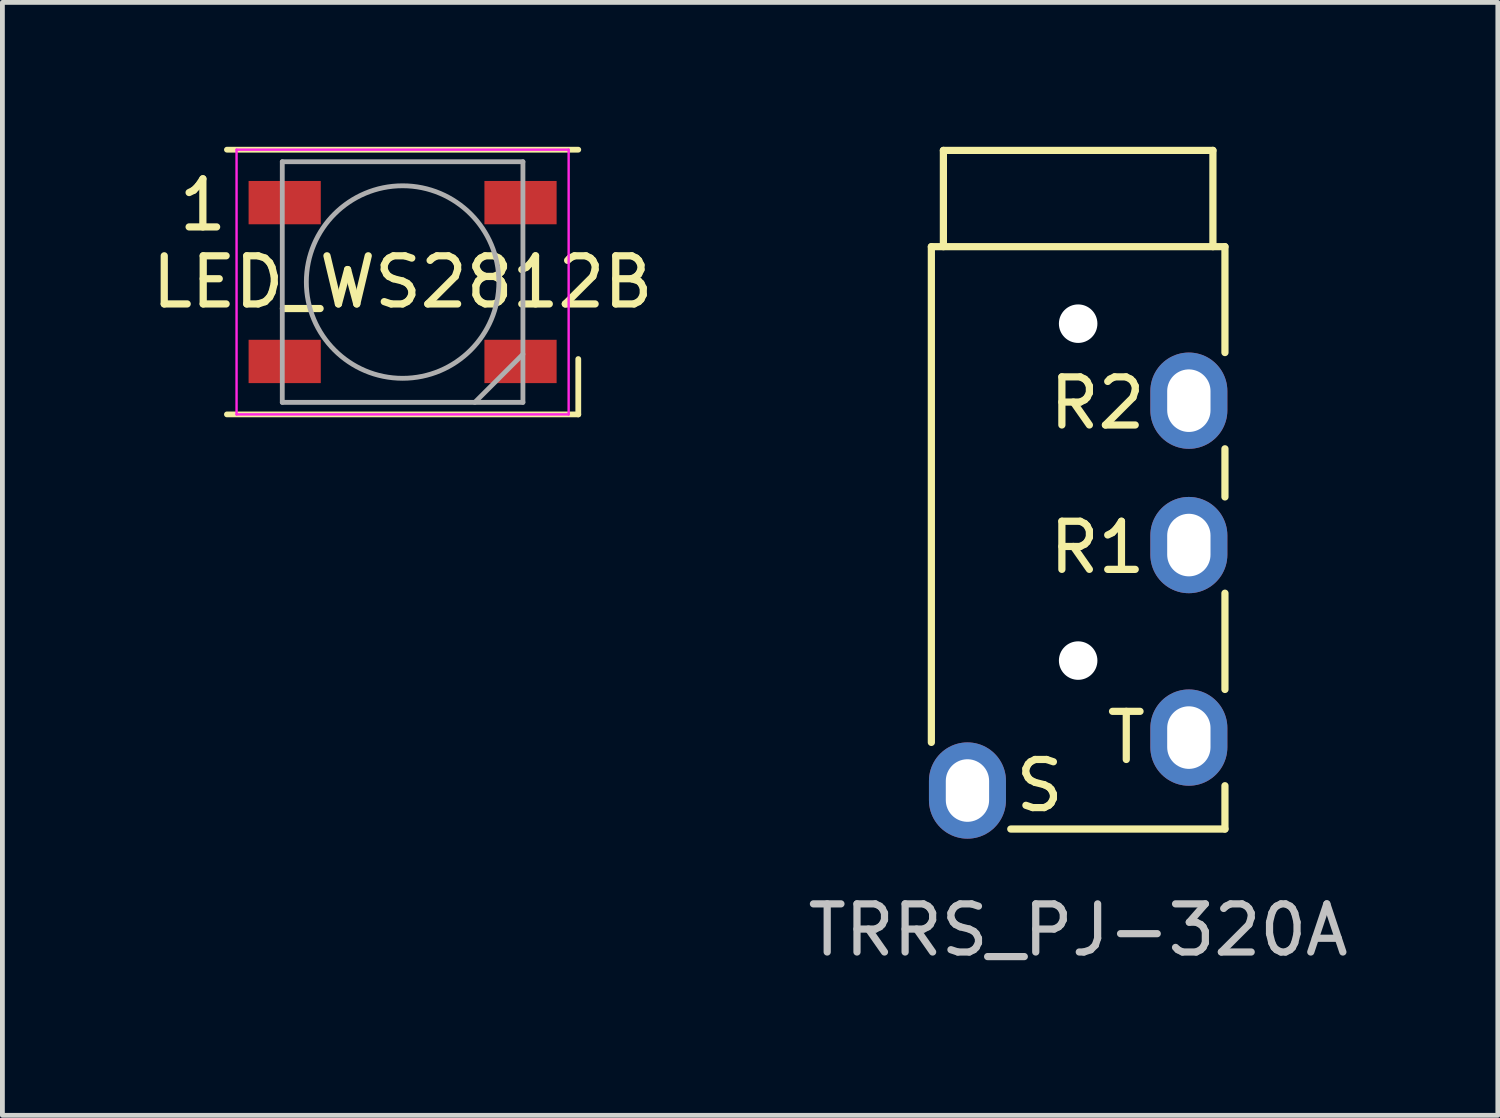
<source format=kicad_pcb>
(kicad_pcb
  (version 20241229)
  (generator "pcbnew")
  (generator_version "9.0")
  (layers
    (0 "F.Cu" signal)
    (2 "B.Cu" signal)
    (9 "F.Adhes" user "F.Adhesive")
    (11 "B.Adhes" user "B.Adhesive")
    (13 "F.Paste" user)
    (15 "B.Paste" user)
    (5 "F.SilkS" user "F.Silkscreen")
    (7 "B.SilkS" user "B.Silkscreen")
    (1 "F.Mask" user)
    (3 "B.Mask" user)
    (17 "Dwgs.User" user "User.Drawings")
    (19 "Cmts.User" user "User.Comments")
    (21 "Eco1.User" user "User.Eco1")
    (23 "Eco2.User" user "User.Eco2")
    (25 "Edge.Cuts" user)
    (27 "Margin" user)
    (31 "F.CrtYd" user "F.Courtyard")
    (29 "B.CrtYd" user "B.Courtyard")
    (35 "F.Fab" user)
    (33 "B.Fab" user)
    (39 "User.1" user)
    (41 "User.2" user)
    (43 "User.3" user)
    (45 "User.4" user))
  (footprint "LED_WS2812B"
    (layer "F.Cu")
    (at 5.315 2.81)
    (property "Reference" "LED_WS2812B" (at 0 0 0) (layer "F.SilkS") (effects (font (size 1 1) (thickness 0.15))))
    (attr smd)
    (fp_line (start -3.65 -2.75) (end 3.65 -2.75) (stroke (width 0.12) (type solid)) (layer "F.SilkS"))
    (fp_line (start -3.65 2.75) (end 3.65 2.75) (stroke (width 0.12) (type solid)) (layer "F.SilkS"))
    (fp_line (start 3.65 2.75) (end 3.65 1.6) (stroke (width 0.12) (type solid)) (layer "F.SilkS"))
    (fp_line (start -3.45 -2.75) (end -3.45 2.75) (stroke (width 0.05) (type solid)) (layer "F.CrtYd"))
    (fp_line (start -3.45 2.75) (end 3.45 2.75) (stroke (width 0.05) (type solid)) (layer "F.CrtYd"))
    (fp_line (start 3.45 -2.75) (end -3.45 -2.75) (stroke (width 0.05) (type solid)) (layer "F.CrtYd"))
    (fp_line (start 3.45 2.75) (end 3.45 -2.75) (stroke (width 0.05) (type solid)) (layer "F.CrtYd"))
    (fp_line (start -2.5 -2.5) (end -2.5 2.5) (stroke (width 0.1) (type solid)) (layer "F.Fab"))
    (fp_line (start -2.5 2.5) (end 2.5 2.5) (stroke (width 0.1) (type solid)) (layer "F.Fab"))
    (fp_line (start 2.5 -2.5) (end -2.5 -2.5) (stroke (width 0.1) (type solid)) (layer "F.Fab"))
    (fp_line (start 2.5 1.5) (end 1.5 2.5) (stroke (width 0.1) (type solid)) (layer "F.Fab"))
    (fp_line (start 2.5 2.5) (end 2.5 -2.5) (stroke (width 0.1) (type solid)) (layer "F.Fab"))
    (fp_circle (center 0 0) (end 0 -2) (stroke (width 0.1) (type solid)) (fill no) (layer "F.Fab"))
    (fp_text user "1" (at -4.15 -1.6 0) (layer "F.SilkS") (effects (font (size 1 1) (thickness 0.15))))
    (pad "1" smd rect (at -2.45 -1.65) (size 1.5 0.9) (layers "F.Cu" "F.Mask" "F.Paste"))
    (pad "2" smd rect (at -2.45 1.65) (size 1.5 0.9) (layers "F.Cu" "F.Mask" "F.Paste"))
    (pad "3" smd rect (at 2.45 1.65) (size 1.5 0.9) (layers "F.Cu" "F.Mask" "F.Paste"))
    (pad "4" smd rect (at 2.45 -1.65) (size 1.5 0.9) (layers "F.Cu" "F.Mask" "F.Paste")))
  (footprint "TRRS_PJ-320A"
    (layer "F.Cu")
    (at 19.351 2.075)
    (property "Reference" "TRRS_PJ-320A" (at 0 14.2 0) (layer "Dwgs.User") (effects (font (size 1 1) (thickness 0.15))))
    (attr through_hole)
    (fp_line (start -3.05 0) (end -3.05 10.3) (stroke (width 0.15) (type solid)) (layer "F.SilkS"))
    (fp_line (start -2.8 0) (end -2.8 -2) (stroke (width 0.15) (type solid)) (layer "F.SilkS"))
    (fp_line (start 2.8 -2) (end -2.8 -2) (stroke (width 0.15) (type solid)) (layer "F.SilkS"))
    (fp_line (start 2.8 0) (end 2.8 -2) (stroke (width 0.15) (type solid)) (layer "F.SilkS"))
    (fp_line (start 3.05 0) (end -3.05 0) (stroke (width 0.15) (type solid)) (layer "F.SilkS"))
    (fp_line (start 3.05 0) (end 3.05 2.2) (stroke (width 0.15) (type default)) (layer "F.SilkS"))
    (fp_line (start 3.05 4.2) (end 3.05 5.2) (stroke (width 0.15) (type default)) (layer "F.SilkS"))
    (fp_line (start 3.05 9.2) (end 3.05 7.2) (stroke (width 0.15) (type default)) (layer "F.SilkS"))
    (fp_line (start 3.05 11.2) (end 3.05 12.1) (stroke (width 0.15) (type solid)) (layer "F.SilkS"))
    (fp_line (start 3.05 12.1) (end -1.4 12.1) (stroke (width 0.15) (type solid)) (layer "F.SilkS"))
    (fp_text user "S" (at -0.8 11.2 0) (layer "F.SilkS") (effects (font (size 1 1) (thickness 0.15))))
    (fp_text user "T" (at 1 10.2 0) (layer "F.SilkS") (effects (font (size 1 1) (thickness 0.15))))
    (fp_text user "R1" (at 0.4 6.25 0) (layer "F.SilkS") (effects (font (size 1 1) (thickness 0.15))))
    (fp_text user "R2" (at 0.4 3.25 0) (layer "F.SilkS") (effects (font (size 1 1) (thickness 0.15))))
    (pad "" np_thru_hole circle (at 0 1.6) (size 0.8 0.8) (drill 0.8) (layers "*.Cu" "*.Mask"))
    (pad "" np_thru_hole circle (at 0 8.6) (size 0.8 0.8) (drill 0.8) (layers "*.Cu" "*.Mask"))
    (pad "1" thru_hole oval (at -2.3 11.3) (size 1.6 2) (drill oval 0.9 1.3) (layers "*.Cu" "*.Mask"))
    (pad "2" thru_hole oval (at 2.3 10.2) (size 1.6 2) (drill oval 0.9 1.3) (layers "*.Cu" "*.Mask"))
    (pad "3" thru_hole oval (at 2.3 6.2) (size 1.6 2) (drill oval 0.9 1.3) (layers "*.Cu" "*.Mask"))
    (pad "4" thru_hole oval (at 2.3 3.2) (size 1.6 2) (drill oval 0.9 1.3) (layers "*.Cu" "*.Mask")))
  (gr_rect
    (start -3 -3)
    (end 28.071 20.123)
    (stroke (width 0.1) (type default))
    (fill no)
    (layer "Edge.Cuts")))
</source>
